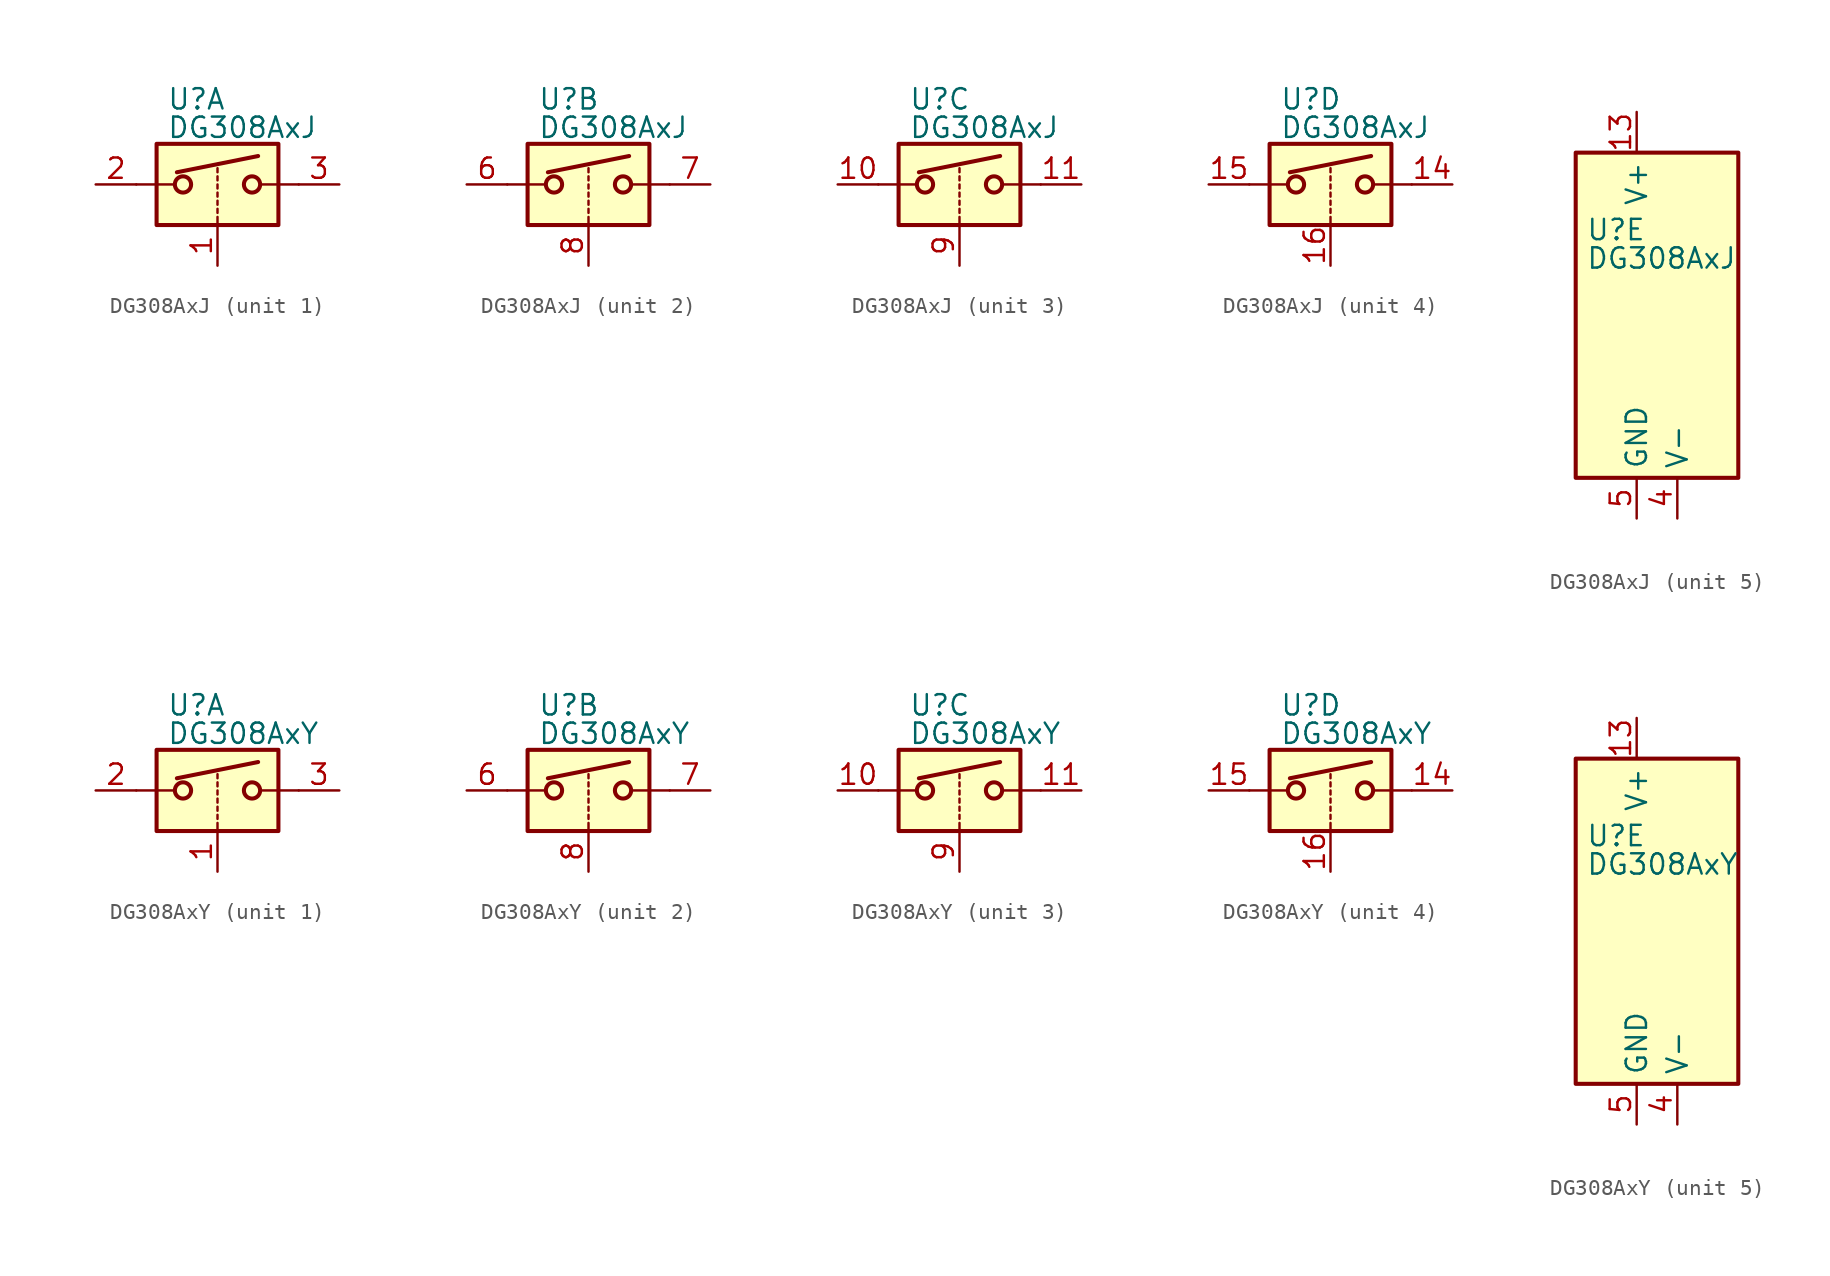
<source format=kicad_sym>
(kicad_symbol_lib
  (version 20220914)
  (generator kicad_symbol_editor)
  (symbol "DG308AxJ"
    (property "Reference" "U"
      (at -3.175 5.334 0)
      (effects (font (size 1.27 1.27)) (justify left)))
    (property "Value" "DG308AxJ"
      (at -3.175 3.556 0)
      (effects (font (size 1.27 1.27)) (justify left)))
    (symbol "DG308AxJ_1_1"
      (rectangle (start -3.81 2.54) (end 3.81 -2.54) (stroke (width 0.254) (type default)) (fill (type background)))
      (circle (center -2.159 0) (radius 0.508) (stroke (width 0.254) (type default)) (fill (type none)))
      (polyline (pts (xy -5.08 0) (xy -2.794 0)) (stroke (width 0) (type default)) (fill (type none)))
      (polyline (pts (xy -2.54 0.762) (xy 2.54 1.778)) (stroke (width 0.254) (type default)) (fill (type none)))
      (polyline (pts (xy 0 -2.54) (xy 0 -2.032)) (stroke (width 0) (type default)) (fill (type none)))
      (polyline (pts (xy 0 -1.778) (xy 0 -1.524)) (stroke (width 0) (type default)) (fill (type none)))
      (polyline (pts (xy 0 -1.27) (xy 0 -1.016)) (stroke (width 0) (type default)) (fill (type none)))
      (polyline (pts (xy 0 -0.762) (xy 0 -0.508)) (stroke (width 0) (type default)) (fill (type none)))
      (polyline (pts (xy 0 -0.254) (xy 0 0)) (stroke (width 0) (type default)) (fill (type none)))
      (polyline (pts (xy 0 0.254) (xy 0 0.508)) (stroke (width 0) (type default)) (fill (type none)))
      (polyline (pts (xy 0 0.762) (xy 0 1.016)) (stroke (width 0) (type default)) (fill (type none)))
      (polyline (pts (xy 5.08 0) (xy 2.794 0)) (stroke (width 0) (type default)) (fill (type none)))
      (circle (center 2.159 0) (radius 0.508) (stroke (width 0.254) (type default)) (fill (type none)))
      (pin input line (at 0 -5.08 90) (length 2.54) (name "~" (effects (font (size 1.27 1.27)))) (number "1" (effects (font (size 1.27 1.27)))))
      (pin passive line (at -7.62 0 0) (length 2.54) (name "~" (effects (font (size 1.27 1.27)))) (number "2" (effects (font (size 1.27 1.27)))))
      (pin passive line (at 7.62 0 180) (length 2.54) (name "~" (effects (font (size 1.27 1.27)))) (number "3" (effects (font (size 1.27 1.27))))))
    (symbol "DG308AxJ_2_1"
      (rectangle (start -3.81 2.54) (end 3.81 -2.54) (stroke (width 0.254) (type default)) (fill (type background)))
      (circle (center -2.159 0) (radius 0.508) (stroke (width 0.254) (type default)) (fill (type none)))
      (polyline (pts (xy -5.08 0) (xy -2.794 0)) (stroke (width 0) (type default)) (fill (type none)))
      (polyline (pts (xy -2.54 0.762) (xy 2.54 1.778)) (stroke (width 0.254) (type default)) (fill (type none)))
      (polyline (pts (xy 0 -2.54) (xy 0 -2.032)) (stroke (width 0) (type default)) (fill (type none)))
      (polyline (pts (xy 0 -1.778) (xy 0 -1.524)) (stroke (width 0) (type default)) (fill (type none)))
      (polyline (pts (xy 0 -1.27) (xy 0 -1.016)) (stroke (width 0) (type default)) (fill (type none)))
      (polyline (pts (xy 0 -0.762) (xy 0 -0.508)) (stroke (width 0) (type default)) (fill (type none)))
      (polyline (pts (xy 0 -0.254) (xy 0 0)) (stroke (width 0) (type default)) (fill (type none)))
      (polyline (pts (xy 0 0.254) (xy 0 0.508)) (stroke (width 0) (type default)) (fill (type none)))
      (polyline (pts (xy 0 0.762) (xy 0 1.016)) (stroke (width 0) (type default)) (fill (type none)))
      (polyline (pts (xy 5.08 0) (xy 2.794 0)) (stroke (width 0) (type default)) (fill (type none)))
      (circle (center 2.159 0) (radius 0.508) (stroke (width 0.254) (type default)) (fill (type none)))
      (pin passive line (at -7.62 0 0) (length 2.54) (name "~" (effects (font (size 1.27 1.27)))) (number "6" (effects (font (size 1.27 1.27)))))
      (pin passive line (at 7.62 0 180) (length 2.54) (name "~" (effects (font (size 1.27 1.27)))) (number "7" (effects (font (size 1.27 1.27)))))
      (pin input line (at 0 -5.08 90) (length 2.54) (name "~" (effects (font (size 1.27 1.27)))) (number "8" (effects (font (size 1.27 1.27))))))
    (symbol "DG308AxJ_3_1"
      (rectangle (start -3.81 2.54) (end 3.81 -2.54) (stroke (width 0.254) (type default)) (fill (type background)))
      (circle (center -2.159 0) (radius 0.508) (stroke (width 0.254) (type default)) (fill (type none)))
      (polyline (pts (xy -5.08 0) (xy -2.794 0)) (stroke (width 0) (type default)) (fill (type none)))
      (polyline (pts (xy -2.54 0.762) (xy 2.54 1.778)) (stroke (width 0.254) (type default)) (fill (type none)))
      (polyline (pts (xy 0 -2.54) (xy 0 -2.032)) (stroke (width 0) (type default)) (fill (type none)))
      (polyline (pts (xy 0 -1.778) (xy 0 -1.524)) (stroke (width 0) (type default)) (fill (type none)))
      (polyline (pts (xy 0 -1.27) (xy 0 -1.016)) (stroke (width 0) (type default)) (fill (type none)))
      (polyline (pts (xy 0 -0.762) (xy 0 -0.508)) (stroke (width 0) (type default)) (fill (type none)))
      (polyline (pts (xy 0 -0.254) (xy 0 0)) (stroke (width 0) (type default)) (fill (type none)))
      (polyline (pts (xy 0 0.254) (xy 0 0.508)) (stroke (width 0) (type default)) (fill (type none)))
      (polyline (pts (xy 0 0.762) (xy 0 1.016)) (stroke (width 0) (type default)) (fill (type none)))
      (polyline (pts (xy 5.08 0) (xy 2.794 0)) (stroke (width 0) (type default)) (fill (type none)))
      (circle (center 2.159 0) (radius 0.508) (stroke (width 0.254) (type default)) (fill (type none)))
      (pin passive line (at -7.62 0 0) (length 2.54) (name "~" (effects (font (size 1.27 1.27)))) (number "10" (effects (font (size 1.27 1.27)))))
      (pin passive line (at 7.62 0 180) (length 2.54) (name "~" (effects (font (size 1.27 1.27)))) (number "11" (effects (font (size 1.27 1.27)))))
      (pin input line (at 0 -5.08 90) (length 2.54) (name "~" (effects (font (size 1.27 1.27)))) (number "9" (effects (font (size 1.27 1.27))))))
    (symbol "DG308AxJ_4_1"
      (rectangle (start -3.81 2.54) (end 3.81 -2.54) (stroke (width 0.254) (type default)) (fill (type background)))
      (circle (center -2.159 0) (radius 0.508) (stroke (width 0.254) (type default)) (fill (type none)))
      (polyline (pts (xy -5.08 0) (xy -2.794 0)) (stroke (width 0) (type default)) (fill (type none)))
      (polyline (pts (xy -2.54 0.762) (xy 2.54 1.778)) (stroke (width 0.254) (type default)) (fill (type none)))
      (polyline (pts (xy 0 -2.54) (xy 0 -2.032)) (stroke (width 0) (type default)) (fill (type none)))
      (polyline (pts (xy 0 -1.778) (xy 0 -1.524)) (stroke (width 0) (type default)) (fill (type none)))
      (polyline (pts (xy 0 -1.27) (xy 0 -1.016)) (stroke (width 0) (type default)) (fill (type none)))
      (polyline (pts (xy 0 -0.762) (xy 0 -0.508)) (stroke (width 0) (type default)) (fill (type none)))
      (polyline (pts (xy 0 -0.254) (xy 0 0)) (stroke (width 0) (type default)) (fill (type none)))
      (polyline (pts (xy 0 0.254) (xy 0 0.508)) (stroke (width 0) (type default)) (fill (type none)))
      (polyline (pts (xy 0 0.762) (xy 0 1.016)) (stroke (width 0) (type default)) (fill (type none)))
      (polyline (pts (xy 5.08 0) (xy 2.794 0)) (stroke (width 0) (type default)) (fill (type none)))
      (circle (center 2.159 0) (radius 0.508) (stroke (width 0.254) (type default)) (fill (type none)))
      (pin passive line (at 7.62 0 180) (length 2.54) (name "~" (effects (font (size 1.27 1.27)))) (number "14" (effects (font (size 1.27 1.27)))))
      (pin passive line (at -7.62 0 0) (length 2.54) (name "~" (effects (font (size 1.27 1.27)))) (number "15" (effects (font (size 1.27 1.27)))))
      (pin input line (at 0 -5.08 90) (length 2.54) (name "~" (effects (font (size 1.27 1.27)))) (number "16" (effects (font (size 1.27 1.27))))))
    (symbol "DG308AxJ_5_0"
      (pin no_connect line (at 2.54 10.16 270) (length 2.54) hide (name "NC" (effects (font (size 1.27 1.27)))) (number "12" (effects (font (size 1.27 1.27)))))
      (pin power_in line (at 0 12.7 270) (length 2.54) (name "V+" (effects (font (size 1.27 1.27)))) (number "13" (effects (font (size 1.27 1.27)))))
      (pin power_in line (at 2.54 -12.7 90) (length 2.54) (name "V-" (effects (font (size 1.27 1.27)))) (number "4" (effects (font (size 1.27 1.27)))))
      (pin power_in line (at 0 -12.7 90) (length 2.54) (name "GND" (effects (font (size 1.27 1.27)))) (number "5" (effects (font (size 1.27 1.27))))))
    (symbol "DG308AxJ_5_1"
      (rectangle (start -3.81 10.16) (end 6.35 -10.16) (stroke (width 0.254) (type default)) (fill (type background)))))
  (symbol "DG308AxY"
    (property "Reference" "U"
      (at -3.175 5.334 0)
      (effects (font (size 1.27 1.27)) (justify left)))
    (property "Value" "DG308AxY"
      (at -3.175 3.556 0)
      (effects (font (size 1.27 1.27)) (justify left)))
    (symbol "DG308AxY_1_1"
      (rectangle (start -3.81 2.54) (end 3.81 -2.54) (stroke (width 0.254) (type default)) (fill (type background)))
      (circle (center -2.159 0) (radius 0.508) (stroke (width 0.254) (type default)) (fill (type none)))
      (polyline (pts (xy -5.08 0) (xy -2.794 0)) (stroke (width 0) (type default)) (fill (type none)))
      (polyline (pts (xy -2.54 0.762) (xy 2.54 1.778)) (stroke (width 0.254) (type default)) (fill (type none)))
      (polyline (pts (xy 0 -2.54) (xy 0 -2.032)) (stroke (width 0) (type default)) (fill (type none)))
      (polyline (pts (xy 0 -1.778) (xy 0 -1.524)) (stroke (width 0) (type default)) (fill (type none)))
      (polyline (pts (xy 0 -1.27) (xy 0 -1.016)) (stroke (width 0) (type default)) (fill (type none)))
      (polyline (pts (xy 0 -0.762) (xy 0 -0.508)) (stroke (width 0) (type default)) (fill (type none)))
      (polyline (pts (xy 0 -0.254) (xy 0 0)) (stroke (width 0) (type default)) (fill (type none)))
      (polyline (pts (xy 0 0.254) (xy 0 0.508)) (stroke (width 0) (type default)) (fill (type none)))
      (polyline (pts (xy 0 0.762) (xy 0 1.016)) (stroke (width 0) (type default)) (fill (type none)))
      (polyline (pts (xy 5.08 0) (xy 2.794 0)) (stroke (width 0) (type default)) (fill (type none)))
      (circle (center 2.159 0) (radius 0.508) (stroke (width 0.254) (type default)) (fill (type none)))
      (pin input line (at 0 -5.08 90) (length 2.54) (name "~" (effects (font (size 1.27 1.27)))) (number "1" (effects (font (size 1.27 1.27)))))
      (pin passive line (at -7.62 0 0) (length 2.54) (name "~" (effects (font (size 1.27 1.27)))) (number "2" (effects (font (size 1.27 1.27)))))
      (pin passive line (at 7.62 0 180) (length 2.54) (name "~" (effects (font (size 1.27 1.27)))) (number "3" (effects (font (size 1.27 1.27))))))
    (symbol "DG308AxY_2_1"
      (rectangle (start -3.81 2.54) (end 3.81 -2.54) (stroke (width 0.254) (type default)) (fill (type background)))
      (circle (center -2.159 0) (radius 0.508) (stroke (width 0.254) (type default)) (fill (type none)))
      (polyline (pts (xy -5.08 0) (xy -2.794 0)) (stroke (width 0) (type default)) (fill (type none)))
      (polyline (pts (xy -2.54 0.762) (xy 2.54 1.778)) (stroke (width 0.254) (type default)) (fill (type none)))
      (polyline (pts (xy 0 -2.54) (xy 0 -2.032)) (stroke (width 0) (type default)) (fill (type none)))
      (polyline (pts (xy 0 -1.778) (xy 0 -1.524)) (stroke (width 0) (type default)) (fill (type none)))
      (polyline (pts (xy 0 -1.27) (xy 0 -1.016)) (stroke (width 0) (type default)) (fill (type none)))
      (polyline (pts (xy 0 -0.762) (xy 0 -0.508)) (stroke (width 0) (type default)) (fill (type none)))
      (polyline (pts (xy 0 -0.254) (xy 0 0)) (stroke (width 0) (type default)) (fill (type none)))
      (polyline (pts (xy 0 0.254) (xy 0 0.508)) (stroke (width 0) (type default)) (fill (type none)))
      (polyline (pts (xy 0 0.762) (xy 0 1.016)) (stroke (width 0) (type default)) (fill (type none)))
      (polyline (pts (xy 5.08 0) (xy 2.794 0)) (stroke (width 0) (type default)) (fill (type none)))
      (circle (center 2.159 0) (radius 0.508) (stroke (width 0.254) (type default)) (fill (type none)))
      (pin passive line (at -7.62 0 0) (length 2.54) (name "~" (effects (font (size 1.27 1.27)))) (number "6" (effects (font (size 1.27 1.27)))))
      (pin passive line (at 7.62 0 180) (length 2.54) (name "~" (effects (font (size 1.27 1.27)))) (number "7" (effects (font (size 1.27 1.27)))))
      (pin input line (at 0 -5.08 90) (length 2.54) (name "~" (effects (font (size 1.27 1.27)))) (number "8" (effects (font (size 1.27 1.27))))))
    (symbol "DG308AxY_3_1"
      (rectangle (start -3.81 2.54) (end 3.81 -2.54) (stroke (width 0.254) (type default)) (fill (type background)))
      (circle (center -2.159 0) (radius 0.508) (stroke (width 0.254) (type default)) (fill (type none)))
      (polyline (pts (xy -5.08 0) (xy -2.794 0)) (stroke (width 0) (type default)) (fill (type none)))
      (polyline (pts (xy -2.54 0.762) (xy 2.54 1.778)) (stroke (width 0.254) (type default)) (fill (type none)))
      (polyline (pts (xy 0 -2.54) (xy 0 -2.032)) (stroke (width 0) (type default)) (fill (type none)))
      (polyline (pts (xy 0 -1.778) (xy 0 -1.524)) (stroke (width 0) (type default)) (fill (type none)))
      (polyline (pts (xy 0 -1.27) (xy 0 -1.016)) (stroke (width 0) (type default)) (fill (type none)))
      (polyline (pts (xy 0 -0.762) (xy 0 -0.508)) (stroke (width 0) (type default)) (fill (type none)))
      (polyline (pts (xy 0 -0.254) (xy 0 0)) (stroke (width 0) (type default)) (fill (type none)))
      (polyline (pts (xy 0 0.254) (xy 0 0.508)) (stroke (width 0) (type default)) (fill (type none)))
      (polyline (pts (xy 0 0.762) (xy 0 1.016)) (stroke (width 0) (type default)) (fill (type none)))
      (polyline (pts (xy 5.08 0) (xy 2.794 0)) (stroke (width 0) (type default)) (fill (type none)))
      (circle (center 2.159 0) (radius 0.508) (stroke (width 0.254) (type default)) (fill (type none)))
      (pin passive line (at -7.62 0 0) (length 2.54) (name "~" (effects (font (size 1.27 1.27)))) (number "10" (effects (font (size 1.27 1.27)))))
      (pin passive line (at 7.62 0 180) (length 2.54) (name "~" (effects (font (size 1.27 1.27)))) (number "11" (effects (font (size 1.27 1.27)))))
      (pin input line (at 0 -5.08 90) (length 2.54) (name "~" (effects (font (size 1.27 1.27)))) (number "9" (effects (font (size 1.27 1.27))))))
    (symbol "DG308AxY_4_1"
      (rectangle (start -3.81 2.54) (end 3.81 -2.54) (stroke (width 0.254) (type default)) (fill (type background)))
      (circle (center -2.159 0) (radius 0.508) (stroke (width 0.254) (type default)) (fill (type none)))
      (polyline (pts (xy -5.08 0) (xy -2.794 0)) (stroke (width 0) (type default)) (fill (type none)))
      (polyline (pts (xy -2.54 0.762) (xy 2.54 1.778)) (stroke (width 0.254) (type default)) (fill (type none)))
      (polyline (pts (xy 0 -2.54) (xy 0 -2.032)) (stroke (width 0) (type default)) (fill (type none)))
      (polyline (pts (xy 0 -1.778) (xy 0 -1.524)) (stroke (width 0) (type default)) (fill (type none)))
      (polyline (pts (xy 0 -1.27) (xy 0 -1.016)) (stroke (width 0) (type default)) (fill (type none)))
      (polyline (pts (xy 0 -0.762) (xy 0 -0.508)) (stroke (width 0) (type default)) (fill (type none)))
      (polyline (pts (xy 0 -0.254) (xy 0 0)) (stroke (width 0) (type default)) (fill (type none)))
      (polyline (pts (xy 0 0.254) (xy 0 0.508)) (stroke (width 0) (type default)) (fill (type none)))
      (polyline (pts (xy 0 0.762) (xy 0 1.016)) (stroke (width 0) (type default)) (fill (type none)))
      (polyline (pts (xy 5.08 0) (xy 2.794 0)) (stroke (width 0) (type default)) (fill (type none)))
      (circle (center 2.159 0) (radius 0.508) (stroke (width 0.254) (type default)) (fill (type none)))
      (pin passive line (at 7.62 0 180) (length 2.54) (name "~" (effects (font (size 1.27 1.27)))) (number "14" (effects (font (size 1.27 1.27)))))
      (pin passive line (at -7.62 0 0) (length 2.54) (name "~" (effects (font (size 1.27 1.27)))) (number "15" (effects (font (size 1.27 1.27)))))
      (pin input line (at 0 -5.08 90) (length 2.54) (name "~" (effects (font (size 1.27 1.27)))) (number "16" (effects (font (size 1.27 1.27))))))
    (symbol "DG308AxY_5_0"
      (pin no_connect line (at 2.54 10.16 270) (length 2.54) hide (name "NC" (effects (font (size 1.27 1.27)))) (number "12" (effects (font (size 1.27 1.27)))))
      (pin power_in line (at 0 12.7 270) (length 2.54) (name "V+" (effects (font (size 1.27 1.27)))) (number "13" (effects (font (size 1.27 1.27)))))
      (pin power_in line (at 2.54 -12.7 90) (length 2.54) (name "V-" (effects (font (size 1.27 1.27)))) (number "4" (effects (font (size 1.27 1.27)))))
      (pin power_in line (at 0 -12.7 90) (length 2.54) (name "GND" (effects (font (size 1.27 1.27)))) (number "5" (effects (font (size 1.27 1.27))))))
    (symbol "DG308AxY_5_1"
      (rectangle (start -3.81 10.16) (end 6.35 -10.16) (stroke (width 0.254) (type default)) (fill (type background))))))
</source>
